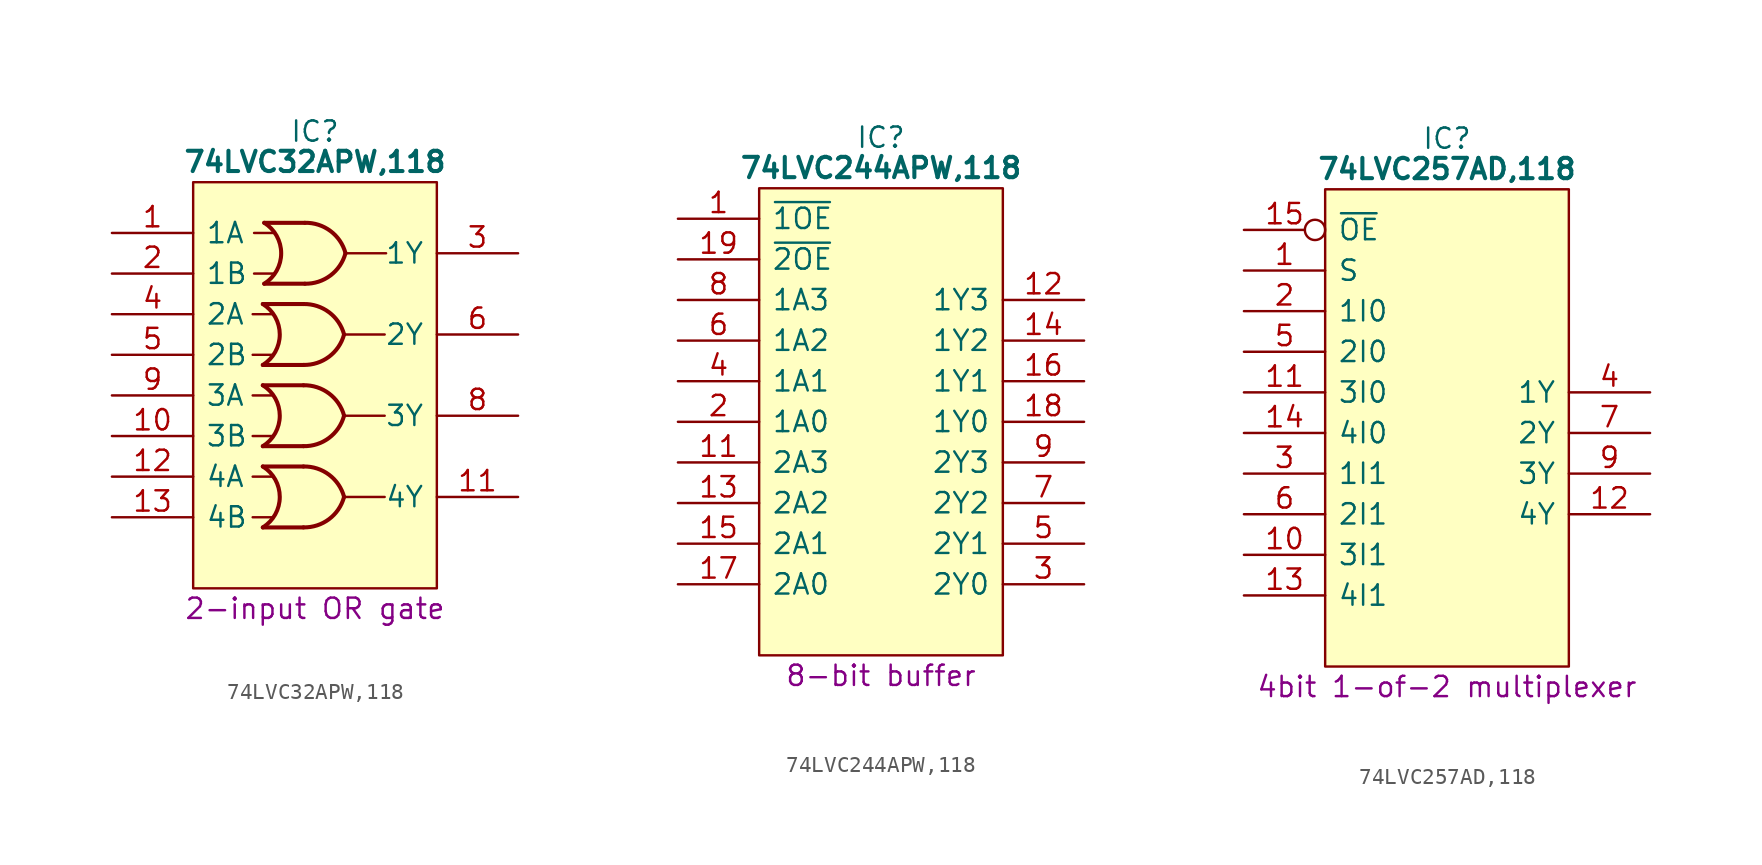
<source format=kicad_sym>
(kicad_symbol_lib
  (version 20231120)
  (generator "kicad_symbol_editor")
  (generator_version "8.0")
  (symbol "74LVC32APW,118"
    (pin_names
      (offset 0.762))
    (property "Reference" "IC"
      (at 12.7 6.35 0)
      (effects (font (size 1.27 1.27))))
    (property "Value" "74LVC32APW,118"
      (at 12.7 4.445 0)
      (effects (font (size 1.27 1.27) (bold yes))))
    (property "Description" "2-input OR gate"
      (at 12.7 -23.495 0)
      (effects (font (size 1.27 1.27))))
    (symbol "74LVC32APW,118_0_0"
      (pin passive line (at 0 0 0) (length 5.08) (name "1A" (effects (font (size 1.27 1.27)))) (number "1" (effects (font (size 1.27 1.27)))))
      (pin passive line (at 0 -12.7 0) (length 5.08) (name "3B" (effects (font (size 1.27 1.27)))) (number "10" (effects (font (size 1.27 1.27)))))
      (pin passive line (at 25.4 -16.51 180) (length 5.08) (name "4Y" (effects (font (size 1.27 1.27)))) (number "11" (effects (font (size 1.27 1.27)))))
      (pin passive line (at 0 -15.24 0) (length 5.08) (name "4A" (effects (font (size 1.27 1.27)))) (number "12" (effects (font (size 1.27 1.27)))))
      (pin passive line (at 0 -17.78 0) (length 5.08) (name "4B" (effects (font (size 1.27 1.27)))) (number "13" (effects (font (size 1.27 1.27)))))
      (pin passive line (at 25.4 1.27 180) (length 5.08) hide (name "3V" (effects (font (size 1.27 1.27)))) (number "14" (effects (font (size 1.27 1.27)))))
      (pin passive line (at 0 -2.54 0) (length 5.08) (name "1B" (effects (font (size 1.27 1.27)))) (number "2" (effects (font (size 1.27 1.27)))))
      (pin passive line (at 25.4 -1.27 180) (length 5.08) (name "1Y" (effects (font (size 1.27 1.27)))) (number "3" (effects (font (size 1.27 1.27)))))
      (pin passive line (at 0 -5.08 0) (length 5.08) (name "2A" (effects (font (size 1.27 1.27)))) (number "4" (effects (font (size 1.27 1.27)))))
      (pin passive line (at 0 -7.62 0) (length 5.08) (name "2B" (effects (font (size 1.27 1.27)))) (number "5" (effects (font (size 1.27 1.27)))))
      (pin passive line (at 25.4 -6.35 180) (length 5.08) (name "2Y" (effects (font (size 1.27 1.27)))) (number "6" (effects (font (size 1.27 1.27)))))
      (pin passive line (at 0 -20.32 0) (length 5.08) hide (name "GND" (effects (font (size 1.27 1.27)))) (number "7" (effects (font (size 1.27 1.27)))))
      (pin passive line (at 25.4 -11.43 180) (length 5.08) (name "3Y" (effects (font (size 1.27 1.27)))) (number "8" (effects (font (size 1.27 1.27)))))
      (pin passive line (at 0 -10.16 0) (length 5.08) (name "3A" (effects (font (size 1.27 1.27)))) (number "9" (effects (font (size 1.27 1.27))))))
    (symbol "74LVC32APW,118_0_1"
      (polyline (pts (xy 8.802 -17.78) (xy 10.072 -17.78)) (stroke (width 0) (type default)) (fill (type none)))
      (polyline (pts (xy 8.802 -15.24) (xy 10.072 -15.24)) (stroke (width 0) (type default)) (fill (type none)))
      (polyline (pts (xy 8.802 -12.7) (xy 10.072 -12.7)) (stroke (width 0) (type default)) (fill (type none)))
      (polyline (pts (xy 8.802 -10.16) (xy 10.072 -10.16)) (stroke (width 0) (type default)) (fill (type none)))
      (polyline (pts (xy 8.802 -7.62) (xy 10.072 -7.62)) (stroke (width 0) (type default)) (fill (type none)))
      (polyline (pts (xy 8.802 -5.08) (xy 10.072 -5.08)) (stroke (width 0) (type default)) (fill (type none)))
      (polyline (pts (xy 8.89 -2.54) (xy 10.16 -2.54)) (stroke (width 0) (type default)) (fill (type none)))
      (polyline (pts (xy 8.89 0) (xy 10.16 0)) (stroke (width 0) (type default)) (fill (type none)))
      (polyline (pts (xy 11.977 -18.415) (xy 9.437 -18.415)) (stroke (width 0.254) (type default)) (fill (type background)))
      (polyline (pts (xy 11.977 -14.605) (xy 9.437 -14.605)) (stroke (width 0.254) (type default)) (fill (type background)))
      (polyline (pts (xy 11.977 -13.335) (xy 9.437 -13.335)) (stroke (width 0.254) (type default)) (fill (type background)))
      (polyline (pts (xy 11.977 -9.525) (xy 9.437 -9.525)) (stroke (width 0.254) (type default)) (fill (type background)))
      (polyline (pts (xy 11.977 -8.255) (xy 9.437 -8.255)) (stroke (width 0.254) (type default)) (fill (type background)))
      (polyline (pts (xy 11.977 -4.445) (xy 9.437 -4.445)) (stroke (width 0.254) (type default)) (fill (type background)))
      (polyline (pts (xy 12.065 -3.175) (xy 9.525 -3.175)) (stroke (width 0.254) (type default)) (fill (type background)))
      (polyline (pts (xy 12.065 0.635) (xy 9.525 0.635)) (stroke (width 0.254) (type default)) (fill (type background)))
      (polyline (pts (xy 14.517 -16.51) (xy 17.057 -16.51)) (stroke (width 0) (type default)) (fill (type none)))
      (polyline (pts (xy 14.517 -11.43) (xy 17.057 -11.43)) (stroke (width 0) (type default)) (fill (type none)))
      (polyline (pts (xy 14.517 -6.35) (xy 17.057 -6.35)) (stroke (width 0) (type default)) (fill (type none)))
      (polyline (pts (xy 14.605 -1.27) (xy 17.145 -1.27)) (stroke (width 0) (type default)) (fill (type none)))
      (polyline (pts (xy 5.08 3.175) (xy 20.32 3.175) (xy 20.32 -22.225) (xy 5.08 -22.225) (xy 5.08 3.175)) (stroke (width 0.152) (type default)) (fill (type background)))
      (arc (start 9.437 -18.415) (mid 10.4969 -16.51) (end 9.437 -14.605) (stroke (width 0.254) (type default)) (fill (type none)))
      (arc (start 9.437 -13.335) (mid 10.4969 -11.43) (end 9.437 -9.525) (stroke (width 0.254) (type default)) (fill (type none)))
      (arc (start 9.437 -8.255) (mid 10.4969 -6.35) (end 9.437 -4.445) (stroke (width 0.254) (type default)) (fill (type none)))
      (arc (start 9.525 -3.175) (mid 10.5848 -1.27) (end 9.525 0.635) (stroke (width 0.254) (type default)) (fill (type none)))
      (arc (start 11.977 -18.415) (mid 13.5751 -17.9001) (end 14.517 -16.51) (stroke (width 0.254) (type default)) (fill (type none)))
      (arc (start 11.977 -13.335) (mid 13.5751 -12.8201) (end 14.517 -11.43) (stroke (width 0.254) (type default)) (fill (type none)))
      (arc (start 11.977 -8.255) (mid 13.5751 -7.7401) (end 14.517 -6.35) (stroke (width 0.254) (type default)) (fill (type none)))
      (arc (start 12.065 -3.175) (mid 13.6633 -2.6602) (end 14.605 -1.27) (stroke (width 0.254) (type default)) (fill (type none)))
      (arc (start 14.517 -16.51) (mid 13.5761 -15.1187) (end 11.977 -14.605) (stroke (width 0.254) (type default)) (fill (type none)))
      (arc (start 14.517 -11.43) (mid 13.5761 -10.0387) (end 11.977 -9.525) (stroke (width 0.254) (type default)) (fill (type none)))
      (arc (start 14.517 -6.35) (mid 13.5761 -4.9587) (end 11.977 -4.445) (stroke (width 0.254) (type default)) (fill (type none)))
      (arc (start 14.605 -1.27) (mid 13.664 0.1212) (end 12.065 0.635) (stroke (width 0.254) (type default)) (fill (type none)))))
  (symbol "74LVC244APW,118"
    (pin_names
      (offset 0.762))
    (property "Reference" "IC"
      (at 12.7 5.08 0)
      (effects (font (size 1.27 1.27))))
    (property "Value" "74LVC244APW,118"
      (at 12.7 3.175 0)
      (effects (font (size 1.27 1.27) (bold yes))))
    (property "Description" "8-bit buffer"
      (at 12.7 -28.575 0)
      (effects (font (size 1.27 1.27))))
    (symbol "74LVC244APW,118_0_0"
      (pin input line (at 0 0 0) (length 5.08) (name "~{1OE}" (effects (font (size 1.27 1.27)))) (number "1" (effects (font (size 1.27 1.27)))))
      (pin input line (at 0 -15.24 0) (length 5.08) (name "2A3" (effects (font (size 1.27 1.27)))) (number "11" (effects (font (size 1.27 1.27)))))
      (pin tri_state line (at 25.4 -5.08 180) (length 5.08) (name "1Y3" (effects (font (size 1.27 1.27)))) (number "12" (effects (font (size 1.27 1.27)))))
      (pin input line (at 0 -17.78 0) (length 5.08) (name "2A2" (effects (font (size 1.27 1.27)))) (number "13" (effects (font (size 1.27 1.27)))))
      (pin tri_state line (at 25.4 -7.62 180) (length 5.08) (name "1Y2" (effects (font (size 1.27 1.27)))) (number "14" (effects (font (size 1.27 1.27)))))
      (pin input line (at 0 -20.32 0) (length 5.08) (name "2A1" (effects (font (size 1.27 1.27)))) (number "15" (effects (font (size 1.27 1.27)))))
      (pin tri_state line (at 25.4 -10.16 180) (length 5.08) (name "1Y1" (effects (font (size 1.27 1.27)))) (number "16" (effects (font (size 1.27 1.27)))))
      (pin input line (at 0 -22.86 0) (length 5.08) (name "2A0" (effects (font (size 1.27 1.27)))) (number "17" (effects (font (size 1.27 1.27)))))
      (pin tri_state line (at 25.4 -12.7 180) (length 5.08) (name "1Y0" (effects (font (size 1.27 1.27)))) (number "18" (effects (font (size 1.27 1.27)))))
      (pin input line (at 0 -2.54 0) (length 5.08) (name "~{2OE}" (effects (font (size 1.27 1.27)))) (number "19" (effects (font (size 1.27 1.27)))))
      (pin input line (at 0 -12.7 0) (length 5.08) (name "1A0" (effects (font (size 1.27 1.27)))) (number "2" (effects (font (size 1.27 1.27)))))
      (pin tri_state line (at 25.4 -22.86 180) (length 5.08) (name "2Y0" (effects (font (size 1.27 1.27)))) (number "3" (effects (font (size 1.27 1.27)))))
      (pin input line (at 0 -10.16 0) (length 5.08) (name "1A1" (effects (font (size 1.27 1.27)))) (number "4" (effects (font (size 1.27 1.27)))))
      (pin tri_state line (at 25.4 -20.32 180) (length 5.08) (name "2Y1" (effects (font (size 1.27 1.27)))) (number "5" (effects (font (size 1.27 1.27)))))
      (pin input line (at 0 -7.62 0) (length 5.08) (name "1A2" (effects (font (size 1.27 1.27)))) (number "6" (effects (font (size 1.27 1.27)))))
      (pin tri_state line (at 25.4 -17.78 180) (length 5.08) (name "2Y2" (effects (font (size 1.27 1.27)))) (number "7" (effects (font (size 1.27 1.27)))))
      (pin input line (at 0 -5.08 0) (length 5.08) (name "1A3" (effects (font (size 1.27 1.27)))) (number "8" (effects (font (size 1.27 1.27)))))
      (pin tri_state line (at 25.4 -15.24 180) (length 5.08) (name "2Y3" (effects (font (size 1.27 1.27)))) (number "9" (effects (font (size 1.27 1.27))))))
    (symbol "74LVC244APW,118_0_1"
      (polyline (pts (xy 5.08 1.905) (xy 20.32 1.905) (xy 20.32 -27.305) (xy 5.08 -27.305) (xy 5.08 1.905)) (stroke (width 0.152) (type default)) (fill (type background))))
    (symbol "74LVC244APW,118_1_0"
      (pin passive line (at 0 -25.4 0) (length 5.08) hide (name "GND" (effects (font (size 1.27 1.27)))) (number "10" (effects (font (size 1.27 1.27)))))
      (pin passive line (at 25.4 0 180) (length 5.08) hide (name "3V" (effects (font (size 1.27 1.27)))) (number "20" (effects (font (size 1.27 1.27)))))))
  (symbol "74LVC257AD,118"
    (pin_names
      (offset 0.762))
    (property "Reference" "IC"
      (at 12.7 5.715 0)
      (effects (font (size 1.27 1.27))))
    (property "Value" "74LVC257AD,118"
      (at 12.7 3.81 0)
      (effects (font (size 1.27 1.27) (bold yes))))
    (property "Description" "4bit 1-of-2 multiplexer"
      (at 12.7 -28.575 0)
      (effects (font (size 1.27 1.27))))
    (symbol "74LVC257AD,118_0_0"
      (pin input line (at 0 -2.54 0) (length 5.08) (name "S" (effects (font (size 1.27 1.27)))) (number "1" (effects (font (size 1.27 1.27)))))
      (pin input line (at 0 -20.32 0) (length 5.08) (name "3I1" (effects (font (size 1.27 1.27)))) (number "10" (effects (font (size 1.27 1.27)))))
      (pin input line (at 0 -10.16 0) (length 5.08) (name "3I0" (effects (font (size 1.27 1.27)))) (number "11" (effects (font (size 1.27 1.27)))))
      (pin input line (at 0 -22.86 0) (length 5.08) (name "4I1" (effects (font (size 1.27 1.27)))) (number "13" (effects (font (size 1.27 1.27)))))
      (pin input line (at 0 -12.7 0) (length 5.08) (name "4I0" (effects (font (size 1.27 1.27)))) (number "14" (effects (font (size 1.27 1.27)))))
      (pin input inverted (at 0 0 0) (length 5.08) (name "~{OE}" (effects (font (size 1.27 1.27)))) (number "15" (effects (font (size 1.27 1.27)))))
      (pin passive line (at 25.4 0 180) (length 5.08) hide (name "3V" (effects (font (size 1.27 1.27)))) (number "16" (effects (font (size 1.27 1.27)))))
      (pin input line (at 0 -5.08 0) (length 5.08) (name "1I0" (effects (font (size 1.27 1.27)))) (number "2" (effects (font (size 1.27 1.27)))))
      (pin input line (at 0 -15.24 0) (length 5.08) (name "1I1" (effects (font (size 1.27 1.27)))) (number "3" (effects (font (size 1.27 1.27)))))
      (pin input line (at 0 -7.62 0) (length 5.08) (name "2I0" (effects (font (size 1.27 1.27)))) (number "5" (effects (font (size 1.27 1.27)))))
      (pin input line (at 0 -17.78 0) (length 5.08) (name "2I1" (effects (font (size 1.27 1.27)))) (number "6" (effects (font (size 1.27 1.27)))))
      (pin passive line (at 0 -25.4 0) (length 5.08) hide (name "GND" (effects (font (size 1.27 1.27)))) (number "8" (effects (font (size 1.27 1.27))))))
    (symbol "74LVC257AD,118_0_1"
      (polyline (pts (xy 5.08 2.54) (xy 20.32 2.54) (xy 20.32 -27.305) (xy 5.08 -27.305) (xy 5.08 2.54)) (stroke (width 0.152) (type default)) (fill (type background))))
    (symbol "74LVC257AD,118_1_0"
      (pin tri_state line (at 25.4 -17.78 180) (length 5.08) (name "4Y" (effects (font (size 1.27 1.27)))) (number "12" (effects (font (size 1.27 1.27)))))
      (pin tri_state line (at 25.4 -10.16 180) (length 5.08) (name "1Y" (effects (font (size 1.27 1.27)))) (number "4" (effects (font (size 1.27 1.27)))))
      (pin tri_state line (at 25.4 -12.7 180) (length 5.08) (name "2Y" (effects (font (size 1.27 1.27)))) (number "7" (effects (font (size 1.27 1.27)))))
      (pin tri_state line (at 25.4 -15.24 180) (length 5.08) (name "3Y" (effects (font (size 1.27 1.27)))) (number "9" (effects (font (size 1.27 1.27))))))))
</source>
